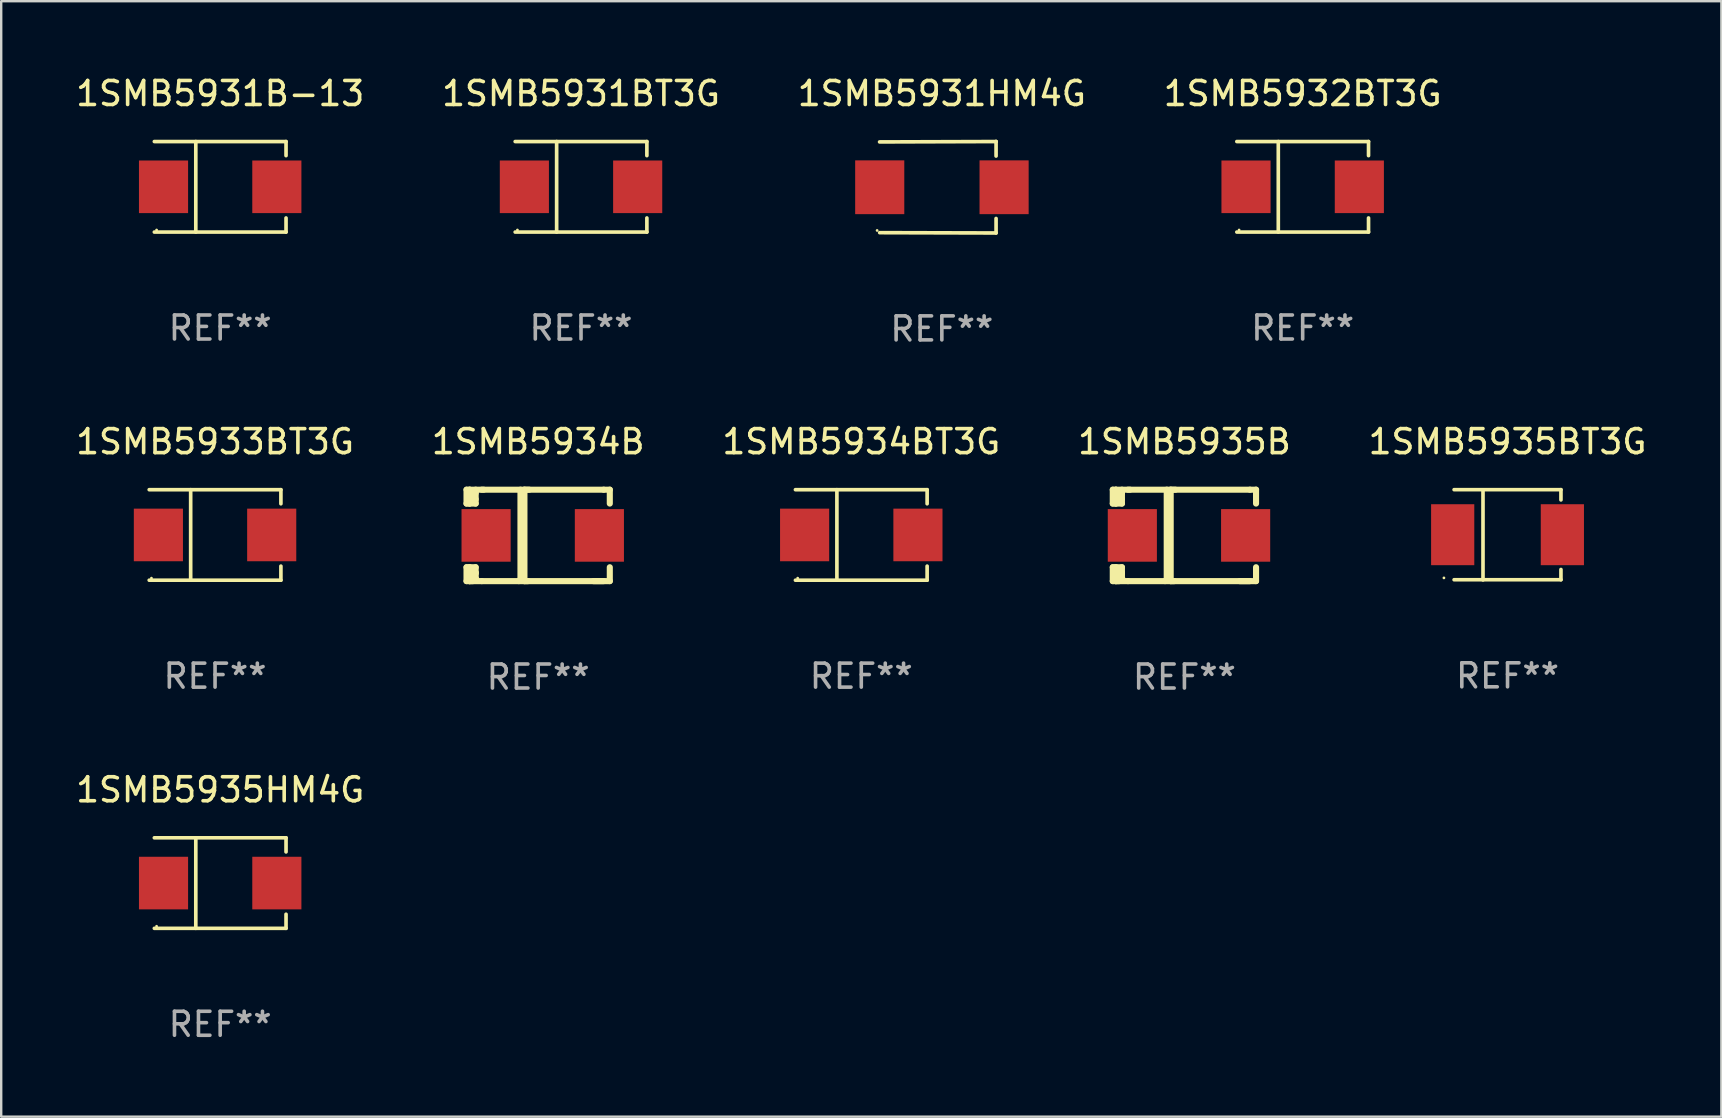
<source format=kicad_pcb>
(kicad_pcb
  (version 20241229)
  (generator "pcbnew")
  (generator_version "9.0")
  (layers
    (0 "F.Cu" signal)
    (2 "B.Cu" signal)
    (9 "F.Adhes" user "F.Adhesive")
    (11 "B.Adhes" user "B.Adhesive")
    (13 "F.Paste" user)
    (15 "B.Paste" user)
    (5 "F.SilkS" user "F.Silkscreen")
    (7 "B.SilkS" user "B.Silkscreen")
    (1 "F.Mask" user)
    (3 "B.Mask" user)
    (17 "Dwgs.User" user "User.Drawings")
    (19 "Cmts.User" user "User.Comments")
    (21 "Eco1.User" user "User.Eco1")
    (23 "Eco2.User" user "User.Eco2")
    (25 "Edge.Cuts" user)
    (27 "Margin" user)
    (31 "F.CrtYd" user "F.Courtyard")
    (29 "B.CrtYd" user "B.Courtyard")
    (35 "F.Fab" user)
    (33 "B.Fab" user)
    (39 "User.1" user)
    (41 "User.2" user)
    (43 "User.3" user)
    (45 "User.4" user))
  (footprint "1SMB5933BT3G"
    (layer "F.Cu")
    (at 5.911 19.241)
    (property "Reference" "1SMB5933BT3G" (at 0 -3.886 0) (layer "F.SilkS") (effects (font (size 1 1) (thickness 0.15))))
    (attr through_hole)
    (fp_line (start -2.744 -1.886) (end 2.744 -1.886) (stroke (width 0.152) (type solid)) (layer "F.SilkS"))
    (fp_line (start -2.744 1.886) (end 2.744 1.886) (stroke (width 0.152) (type solid)) (layer "F.SilkS"))
    (fp_line (start -1.016 -1.886) (end -1.016 1.886) (stroke (width 0.152) (type solid)) (layer "F.SilkS"))
    (fp_line (start 2.744 -1.886) (end 2.744 -1.299) (stroke (width 0.152) (type solid)) (layer "F.SilkS"))
    (fp_line (start 2.744 1.886) (end 2.744 1.299) (stroke (width 0.152) (type solid)) (layer "F.SilkS"))
    (fp_circle (center -2.65 1.8) (end -2.62 1.8) (stroke (width 0.06) (type solid)) (fill no) (layer "F.SilkS"))
    (fp_text user "REF**" (at 0 5.886 0) (layer "F.Fab") (effects (font (size 1 1) (thickness 0.15))))
    (pad "1" smd rect (at -2.361 0) (size 2.047 2.192) (layers "F.Cu" "F.Mask" "F.Paste"))
    (pad "2" smd rect (at 2.361 0) (size 2.047 2.192) (layers "F.Cu" "F.Mask" "F.Paste")))
  (footprint "1SMB5935B"
    (layer "F.Cu")
    (at 46.304 19.26)
    (property "Reference" "1SMB5935B" (at 0 -3.905 0) (layer "F.SilkS") (effects (font (size 1 1) (thickness 0.15))))
    (attr through_hole)
    (fp_line (start -2.985 -1.905) (end -2.985 -1.327) (stroke (width 0.254) (type solid)) (layer "F.SilkS"))
    (fp_line (start -2.985 -1.327) (end -2.858 -1.327) (stroke (width 0.254) (type solid)) (layer "F.SilkS"))
    (fp_line (start -2.985 1.327) (end -2.985 1.905) (stroke (width 0.254) (type solid)) (layer "F.SilkS"))
    (fp_line (start -2.985 1.905) (end -2.858 1.905) (stroke (width 0.254) (type solid)) (layer "F.SilkS"))
    (fp_line (start -2.858 -1.905) (end -2.985 -1.905) (stroke (width 0.254) (type solid)) (layer "F.SilkS"))
    (fp_line (start -2.858 -1.905) (end -2.271 -1.905) (stroke (width 0.254) (type solid)) (layer "F.SilkS"))
    (fp_line (start -2.858 -1.327) (end -2.858 -1.905) (stroke (width 0.254) (type solid)) (layer "F.SilkS"))
    (fp_line (start -2.858 -1.327) (end -2.604 -1.327) (stroke (width 0.254) (type solid)) (layer "F.SilkS"))
    (fp_line (start -2.858 1.327) (end -2.985 1.327) (stroke (width 0.254) (type solid)) (layer "F.SilkS"))
    (fp_line (start -2.858 1.327) (end -2.604 1.327) (stroke (width 0.254) (type solid)) (layer "F.SilkS"))
    (fp_line (start -2.858 1.549) (end -2.604 1.549) (stroke (width 0.254) (type solid)) (layer "F.SilkS"))
    (fp_line (start -2.858 1.905) (end -2.858 1.327) (stroke (width 0.254) (type solid)) (layer "F.SilkS"))
    (fp_line (start -2.806 -1.766) (end -2.858 -1.715) (stroke (width 0.254) (type solid)) (layer "F.SilkS"))
    (fp_line (start -2.796 -1.508) (end -2.858 -1.446) (stroke (width 0.254) (type solid)) (layer "F.SilkS"))
    (fp_line (start -2.776 1.778) (end -2.858 1.696) (stroke (width 0.254) (type solid)) (layer "F.SilkS"))
    (fp_line (start -2.716 1.905) (end -2.858 1.905) (stroke (width 0.254) (type solid)) (layer "F.SilkS"))
    (fp_line (start -2.683 -1.766) (end -2.683 -1.748) (stroke (width 0.254) (type solid)) (layer "F.SilkS"))
    (fp_line (start -2.683 -1.748) (end -2.858 -1.573) (stroke (width 0.254) (type solid)) (layer "F.SilkS"))
    (fp_line (start -2.604 -1.766) (end -2.806 -1.766) (stroke (width 0.254) (type solid)) (layer "F.SilkS"))
    (fp_line (start -2.604 -1.508) (end -2.796 -1.508) (stroke (width 0.254) (type solid)) (layer "F.SilkS"))
    (fp_line (start -2.604 -1.327) (end -2.604 -1.905) (stroke (width 0.254) (type solid)) (layer "F.SilkS"))
    (fp_line (start -2.604 1.327) (end -2.604 1.778) (stroke (width 0.254) (type solid)) (layer "F.SilkS"))
    (fp_line (start -2.604 1.596) (end -2.604 1.563) (stroke (width 0.254) (type solid)) (layer "F.SilkS"))
    (fp_line (start -2.604 1.778) (end -2.776 1.778) (stroke (width 0.254) (type solid)) (layer "F.SilkS"))
    (fp_line (start -2.35 1.905) (end -2.858 1.905) (stroke (width 0.254) (type solid)) (layer "F.SilkS"))
    (fp_line (start -2.35 1.905) (end 2.731 1.905) (stroke (width 0.254) (type solid)) (layer "F.SilkS"))
    (fp_line (start -0.737 -1.905) (end -0.737 1.834) (stroke (width 0.254) (type solid)) (layer "F.SilkS"))
    (fp_line (start -0.737 1.834) (end -0.807 1.905) (stroke (width 0.254) (type solid)) (layer "F.SilkS"))
    (fp_line (start -0.572 -1.905) (end -0.572 1.905) (stroke (width 0.254) (type solid)) (layer "F.SilkS"))
    (fp_line (start -0.572 1.905) (end -0.422 1.905) (stroke (width 0.254) (type solid)) (layer "F.SilkS"))
    (fp_line (start -0.376 -1.905) (end -0.572 -1.905) (stroke (width 0.254) (type solid)) (layer "F.SilkS"))
    (fp_line (start 2.731 -1.905) (end -2.35 -1.905) (stroke (width 0.254) (type solid)) (layer "F.SilkS"))
    (fp_line (start 2.731 -1.905) (end 2.985 -1.905) (stroke (width 0.254) (type solid)) (layer "F.SilkS"))
    (fp_line (start 2.985 -1.905) (end 2.985 -1.327) (stroke (width 0.254) (type solid)) (layer "F.SilkS"))
    (fp_line (start 2.985 1.327) (end 2.985 1.905) (stroke (width 0.254) (type solid)) (layer "F.SilkS"))
    (fp_line (start 2.985 1.905) (end 2.301 1.905) (stroke (width 0.254) (type solid)) (layer "F.SilkS"))
    (fp_circle (center -2.509 1.8) (end -2.479 1.8) (stroke (width 0.06) (type solid)) (fill no) (layer "F.SilkS"))
    (fp_text user "REF**" (at 0 5.905 0) (layer "F.Fab") (effects (font (size 1 1) (thickness 0.15))))
    (pad "1" smd rect (at -2.17 0) (size 2.047 2.192) (layers "F.Cu" "F.Mask" "F.Paste"))
    (pad "2" smd rect (at 2.551 0) (size 2.047 2.192) (layers "F.Cu" "F.Mask" "F.Paste")))
  (footprint "1SMB5934BT3G"
    (layer "F.Cu")
    (at 32.839 19.241)
    (property "Reference" "1SMB5934BT3G" (at 0 -3.886 0) (layer "F.SilkS") (effects (font (size 1 1) (thickness 0.15))))
    (attr through_hole)
    (fp_line (start -2.744 -1.886) (end 2.744 -1.886) (stroke (width 0.152) (type solid)) (layer "F.SilkS"))
    (fp_line (start -2.744 1.886) (end 2.744 1.886) (stroke (width 0.152) (type solid)) (layer "F.SilkS"))
    (fp_line (start -1.016 -1.886) (end -1.016 1.886) (stroke (width 0.152) (type solid)) (layer "F.SilkS"))
    (fp_line (start 2.744 -1.886) (end 2.744 -1.299) (stroke (width 0.152) (type solid)) (layer "F.SilkS"))
    (fp_line (start 2.744 1.886) (end 2.744 1.299) (stroke (width 0.152) (type solid)) (layer "F.SilkS"))
    (fp_circle (center -2.65 1.8) (end -2.62 1.8) (stroke (width 0.06) (type solid)) (fill no) (layer "F.SilkS"))
    (fp_text user "REF**" (at 0 5.886 0) (layer "F.Fab") (effects (font (size 1 1) (thickness 0.15))))
    (pad "1" smd rect (at -2.361 0) (size 2.047 2.192) (layers "F.Cu" "F.Mask" "F.Paste"))
    (pad "2" smd rect (at 2.361 0) (size 2.047 2.192) (layers "F.Cu" "F.Mask" "F.Paste")))
  (footprint "1SMB5935HM4G"
    (layer "F.Cu")
    (at 6.125 33.747)
    (property "Reference" "1SMB5935HM4G" (at 0 -3.886 0) (layer "F.SilkS") (effects (font (size 1 1) (thickness 0.15))))
    (attr through_hole)
    (fp_line (start -2.744 -1.886) (end 2.744 -1.886) (stroke (width 0.152) (type solid)) (layer "F.SilkS"))
    (fp_line (start -2.744 1.886) (end 2.744 1.886) (stroke (width 0.152) (type solid)) (layer "F.SilkS"))
    (fp_line (start -1.016 -1.886) (end -1.016 1.886) (stroke (width 0.152) (type solid)) (layer "F.SilkS"))
    (fp_line (start 2.744 -1.886) (end 2.744 -1.299) (stroke (width 0.152) (type solid)) (layer "F.SilkS"))
    (fp_line (start 2.744 1.886) (end 2.744 1.299) (stroke (width 0.152) (type solid)) (layer "F.SilkS"))
    (fp_circle (center -2.65 1.8) (end -2.62 1.8) (stroke (width 0.06) (type solid)) (fill no) (layer "F.SilkS"))
    (fp_text user "REF**" (at 0 5.886 0) (layer "F.Fab") (effects (font (size 1 1) (thickness 0.15))))
    (pad "1" smd rect (at -2.361 0) (size 2.047 2.192) (layers "F.Cu" "F.Mask" "F.Paste"))
    (pad "2" smd rect (at 2.361 0) (size 2.047 2.192) (layers "F.Cu" "F.Mask" "F.Paste")))
  (footprint "1SMB5931B-13"
    (layer "F.Cu")
    (at 6.125 4.734)
    (property "Reference" "1SMB5931B-13" (at 0 -3.886 0) (layer "F.SilkS") (effects (font (size 1 1) (thickness 0.15))))
    (attr through_hole)
    (fp_line (start -2.744 -1.886) (end 2.744 -1.886) (stroke (width 0.152) (type solid)) (layer "F.SilkS"))
    (fp_line (start -2.744 1.886) (end 2.744 1.886) (stroke (width 0.152) (type solid)) (layer "F.SilkS"))
    (fp_line (start -1.016 -1.886) (end -1.016 1.886) (stroke (width 0.152) (type solid)) (layer "F.SilkS"))
    (fp_line (start 2.744 -1.886) (end 2.744 -1.299) (stroke (width 0.152) (type solid)) (layer "F.SilkS"))
    (fp_line (start 2.744 1.886) (end 2.744 1.299) (stroke (width 0.152) (type solid)) (layer "F.SilkS"))
    (fp_circle (center -2.65 1.8) (end -2.62 1.8) (stroke (width 0.06) (type solid)) (fill no) (layer "F.SilkS"))
    (fp_text user "REF**" (at 0 5.886 0) (layer "F.Fab") (effects (font (size 1 1) (thickness 0.15))))
    (pad "1" smd rect (at -2.361 0) (size 2.047 2.192) (layers "F.Cu" "F.Mask" "F.Paste"))
    (pad "2" smd rect (at 2.361 0) (size 2.047 2.192) (layers "F.Cu" "F.Mask" "F.Paste")))
  (footprint "1SMB5935BT3G"
    (layer "F.Cu")
    (at 59.768 19.234)
    (property "Reference" "1SMB5935BT3G" (at 0 -3.88 0) (layer "F.SilkS") (effects (font (size 1 1) (thickness 0.15))))
    (attr through_hole)
    (fp_line (start -2.226 -1.88) (end 2.226 -1.88) (stroke (width 0.152) (type solid)) (layer "F.SilkS"))
    (fp_line (start -2.226 1.873) (end 2.226 1.873) (stroke (width 0.152) (type solid)) (layer "F.SilkS"))
    (fp_line (start -1.022 -1.873) (end -1.022 1.88) (stroke (width 0.152) (type solid)) (layer "F.SilkS"))
    (fp_line (start 2.226 -1.88) (end 2.226 -1.453) (stroke (width 0.152) (type solid)) (layer "F.SilkS"))
    (fp_line (start 2.226 1.447) (end 2.226 1.873) (stroke (width 0.152) (type solid)) (layer "F.SilkS"))
    (fp_circle (center -2.65 1.797) (end -2.62 1.797) (stroke (width 0.06) (type solid)) (fill no) (layer "F.SilkS"))
    (fp_text user "REF**" (at 0 5.88 0) (layer "F.Fab") (effects (font (size 1 1) (thickness 0.15))))
    (pad "1" smd rect (at -2.285 -0.003) (size 1.8 2.54) (layers "F.Cu" "F.Mask" "F.Paste"))
    (pad "2" smd rect (at 2.285 -0.003) (size 1.8 2.54) (layers "F.Cu" "F.Mask" "F.Paste")))
  (footprint "1SMB5931BT3G"
    (layer "F.Cu")
    (at 21.161 4.734)
    (property "Reference" "1SMB5931BT3G" (at 0 -3.886 0) (layer "F.SilkS") (effects (font (size 1 1) (thickness 0.15))))
    (attr through_hole)
    (fp_line (start -2.744 -1.886) (end 2.744 -1.886) (stroke (width 0.152) (type solid)) (layer "F.SilkS"))
    (fp_line (start -2.744 1.886) (end 2.744 1.886) (stroke (width 0.152) (type solid)) (layer "F.SilkS"))
    (fp_line (start -1.016 -1.886) (end -1.016 1.886) (stroke (width 0.152) (type solid)) (layer "F.SilkS"))
    (fp_line (start 2.744 -1.886) (end 2.744 -1.299) (stroke (width 0.152) (type solid)) (layer "F.SilkS"))
    (fp_line (start 2.744 1.886) (end 2.744 1.299) (stroke (width 0.152) (type solid)) (layer "F.SilkS"))
    (fp_circle (center -2.65 1.8) (end -2.62 1.8) (stroke (width 0.06) (type solid)) (fill no) (layer "F.SilkS"))
    (fp_text user "REF**" (at 0 5.886 0) (layer "F.Fab") (effects (font (size 1 1) (thickness 0.15))))
    (pad "1" smd rect (at -2.361 0) (size 2.047 2.192) (layers "F.Cu" "F.Mask" "F.Paste"))
    (pad "2" smd rect (at 2.361 0) (size 2.047 2.192) (layers "F.Cu" "F.Mask" "F.Paste")))
  (footprint "1SMB5934B"
    (layer "F.Cu")
    (at 19.375 19.26)
    (property "Reference" "1SMB5934B" (at 0 -3.905 0) (layer "F.SilkS") (effects (font (size 1 1) (thickness 0.15))))
    (attr through_hole)
    (fp_line (start -2.985 -1.905) (end -2.985 -1.327) (stroke (width 0.254) (type solid)) (layer "F.SilkS"))
    (fp_line (start -2.985 -1.327) (end -2.858 -1.327) (stroke (width 0.254) (type solid)) (layer "F.SilkS"))
    (fp_line (start -2.985 1.327) (end -2.985 1.905) (stroke (width 0.254) (type solid)) (layer "F.SilkS"))
    (fp_line (start -2.985 1.905) (end -2.858 1.905) (stroke (width 0.254) (type solid)) (layer "F.SilkS"))
    (fp_line (start -2.858 -1.905) (end -2.985 -1.905) (stroke (width 0.254) (type solid)) (layer "F.SilkS"))
    (fp_line (start -2.858 -1.905) (end -2.271 -1.905) (stroke (width 0.254) (type solid)) (layer "F.SilkS"))
    (fp_line (start -2.858 -1.327) (end -2.858 -1.905) (stroke (width 0.254) (type solid)) (layer "F.SilkS"))
    (fp_line (start -2.858 -1.327) (end -2.604 -1.327) (stroke (width 0.254) (type solid)) (layer "F.SilkS"))
    (fp_line (start -2.858 1.327) (end -2.985 1.327) (stroke (width 0.254) (type solid)) (layer "F.SilkS"))
    (fp_line (start -2.858 1.327) (end -2.604 1.327) (stroke (width 0.254) (type solid)) (layer "F.SilkS"))
    (fp_line (start -2.858 1.549) (end -2.604 1.549) (stroke (width 0.254) (type solid)) (layer "F.SilkS"))
    (fp_line (start -2.858 1.905) (end -2.858 1.327) (stroke (width 0.254) (type solid)) (layer "F.SilkS"))
    (fp_line (start -2.806 -1.766) (end -2.858 -1.715) (stroke (width 0.254) (type solid)) (layer "F.SilkS"))
    (fp_line (start -2.796 -1.508) (end -2.858 -1.446) (stroke (width 0.254) (type solid)) (layer "F.SilkS"))
    (fp_line (start -2.776 1.778) (end -2.858 1.696) (stroke (width 0.254) (type solid)) (layer "F.SilkS"))
    (fp_line (start -2.716 1.905) (end -2.858 1.905) (stroke (width 0.254) (type solid)) (layer "F.SilkS"))
    (fp_line (start -2.683 -1.766) (end -2.683 -1.748) (stroke (width 0.254) (type solid)) (layer "F.SilkS"))
    (fp_line (start -2.683 -1.748) (end -2.858 -1.573) (stroke (width 0.254) (type solid)) (layer "F.SilkS"))
    (fp_line (start -2.604 -1.766) (end -2.806 -1.766) (stroke (width 0.254) (type solid)) (layer "F.SilkS"))
    (fp_line (start -2.604 -1.508) (end -2.796 -1.508) (stroke (width 0.254) (type solid)) (layer "F.SilkS"))
    (fp_line (start -2.604 -1.327) (end -2.604 -1.905) (stroke (width 0.254) (type solid)) (layer "F.SilkS"))
    (fp_line (start -2.604 1.327) (end -2.604 1.778) (stroke (width 0.254) (type solid)) (layer "F.SilkS"))
    (fp_line (start -2.604 1.596) (end -2.604 1.563) (stroke (width 0.254) (type solid)) (layer "F.SilkS"))
    (fp_line (start -2.604 1.778) (end -2.776 1.778) (stroke (width 0.254) (type solid)) (layer "F.SilkS"))
    (fp_line (start -2.35 1.905) (end -2.858 1.905) (stroke (width 0.254) (type solid)) (layer "F.SilkS"))
    (fp_line (start -2.35 1.905) (end 2.731 1.905) (stroke (width 0.254) (type solid)) (layer "F.SilkS"))
    (fp_line (start -0.737 -1.905) (end -0.737 1.834) (stroke (width 0.254) (type solid)) (layer "F.SilkS"))
    (fp_line (start -0.737 1.834) (end -0.807 1.905) (stroke (width 0.254) (type solid)) (layer "F.SilkS"))
    (fp_line (start -0.572 -1.905) (end -0.572 1.905) (stroke (width 0.254) (type solid)) (layer "F.SilkS"))
    (fp_line (start -0.572 1.905) (end -0.422 1.905) (stroke (width 0.254) (type solid)) (layer "F.SilkS"))
    (fp_line (start -0.376 -1.905) (end -0.572 -1.905) (stroke (width 0.254) (type solid)) (layer "F.SilkS"))
    (fp_line (start 2.731 -1.905) (end -2.35 -1.905) (stroke (width 0.254) (type solid)) (layer "F.SilkS"))
    (fp_line (start 2.731 -1.905) (end 2.985 -1.905) (stroke (width 0.254) (type solid)) (layer "F.SilkS"))
    (fp_line (start 2.985 -1.905) (end 2.985 -1.327) (stroke (width 0.254) (type solid)) (layer "F.SilkS"))
    (fp_line (start 2.985 1.327) (end 2.985 1.905) (stroke (width 0.254) (type solid)) (layer "F.SilkS"))
    (fp_line (start 2.985 1.905) (end 2.301 1.905) (stroke (width 0.254) (type solid)) (layer "F.SilkS"))
    (fp_circle (center -2.509 1.8) (end -2.479 1.8) (stroke (width 0.06) (type solid)) (fill no) (layer "F.SilkS"))
    (fp_text user "REF**" (at 0 5.905 0) (layer "F.Fab") (effects (font (size 1 1) (thickness 0.15))))
    (pad "1" smd rect (at -2.17 0) (size 2.047 2.192) (layers "F.Cu" "F.Mask" "F.Paste"))
    (pad "2" smd rect (at 2.551 0) (size 2.047 2.192) (layers "F.Cu" "F.Mask" "F.Paste")))
  (footprint "1SMB5932BT3G"
    (layer "F.Cu")
    (at 51.232 4.734)
    (property "Reference" "1SMB5932BT3G" (at 0 -3.886 0) (layer "F.SilkS") (effects (font (size 1 1) (thickness 0.15))))
    (attr through_hole)
    (fp_line (start -2.744 -1.886) (end 2.744 -1.886) (stroke (width 0.152) (type solid)) (layer "F.SilkS"))
    (fp_line (start -2.744 1.886) (end 2.744 1.886) (stroke (width 0.152) (type solid)) (layer "F.SilkS"))
    (fp_line (start -1.016 -1.886) (end -1.016 1.886) (stroke (width 0.152) (type solid)) (layer "F.SilkS"))
    (fp_line (start 2.744 -1.886) (end 2.744 -1.299) (stroke (width 0.152) (type solid)) (layer "F.SilkS"))
    (fp_line (start 2.744 1.886) (end 2.744 1.299) (stroke (width 0.152) (type solid)) (layer "F.SilkS"))
    (fp_circle (center -2.65 1.8) (end -2.62 1.8) (stroke (width 0.06) (type solid)) (fill no) (layer "F.SilkS"))
    (fp_text user "REF**" (at 0 5.886 0) (layer "F.Fab") (effects (font (size 1 1) (thickness 0.15))))
    (pad "1" smd rect (at -2.361 0) (size 2.047 2.192) (layers "F.Cu" "F.Mask" "F.Paste"))
    (pad "2" smd rect (at 2.361 0) (size 2.047 2.192) (layers "F.Cu" "F.Mask" "F.Paste")))
  (footprint "1SMB5931HM4G"
    (layer "F.Cu")
    (at 36.196 4.753)
    (property "Reference" "1SMB5931HM4G" (at 0 -3.905 0) (layer "F.SilkS") (effects (font (size 1 1) (thickness 0.15))))
    (attr through_hole)
    (fp_line (start 2.256 -1.905) (end -2.594 -1.889) (stroke (width 0.152) (type solid)) (layer "F.SilkS"))
    (fp_line (start 2.256 -1.905) (end 2.26 -1.905) (stroke (width 0.152) (type solid)) (layer "F.SilkS"))
    (fp_line (start 2.26 -1.905) (end 2.26 -1.301) (stroke (width 0.152) (type solid)) (layer "F.SilkS"))
    (fp_line (start 2.26 1.301) (end 2.26 1.905) (stroke (width 0.152) (type solid)) (layer "F.SilkS"))
    (fp_line (start 2.26 1.905) (end -2.59 1.892) (stroke (width 0.152) (type solid)) (layer "F.SilkS"))
    (fp_circle (center -2.697 1.8) (end -2.667 1.8) (stroke (width 0.06) (type solid)) (fill no) (layer "F.SilkS"))
    (fp_text user "REF**" (at 0 5.905 0) (layer "F.Fab") (effects (font (size 1 1) (thickness 0.15))))
    (pad "1" smd rect (at -2.588 0) (size 2.047 2.241) (layers "F.Cu" "F.Mask" "F.Paste"))
    (pad "2" smd rect (at 2.594 0) (size 2.047 2.241) (layers "F.Cu" "F.Mask" "F.Paste")))
  (gr_rect
    (start -3 -3)
    (end 68.679 43.482)
    (stroke (width 0.1) (type default))
    (fill no)
    (layer "Edge.Cuts")))
</source>
